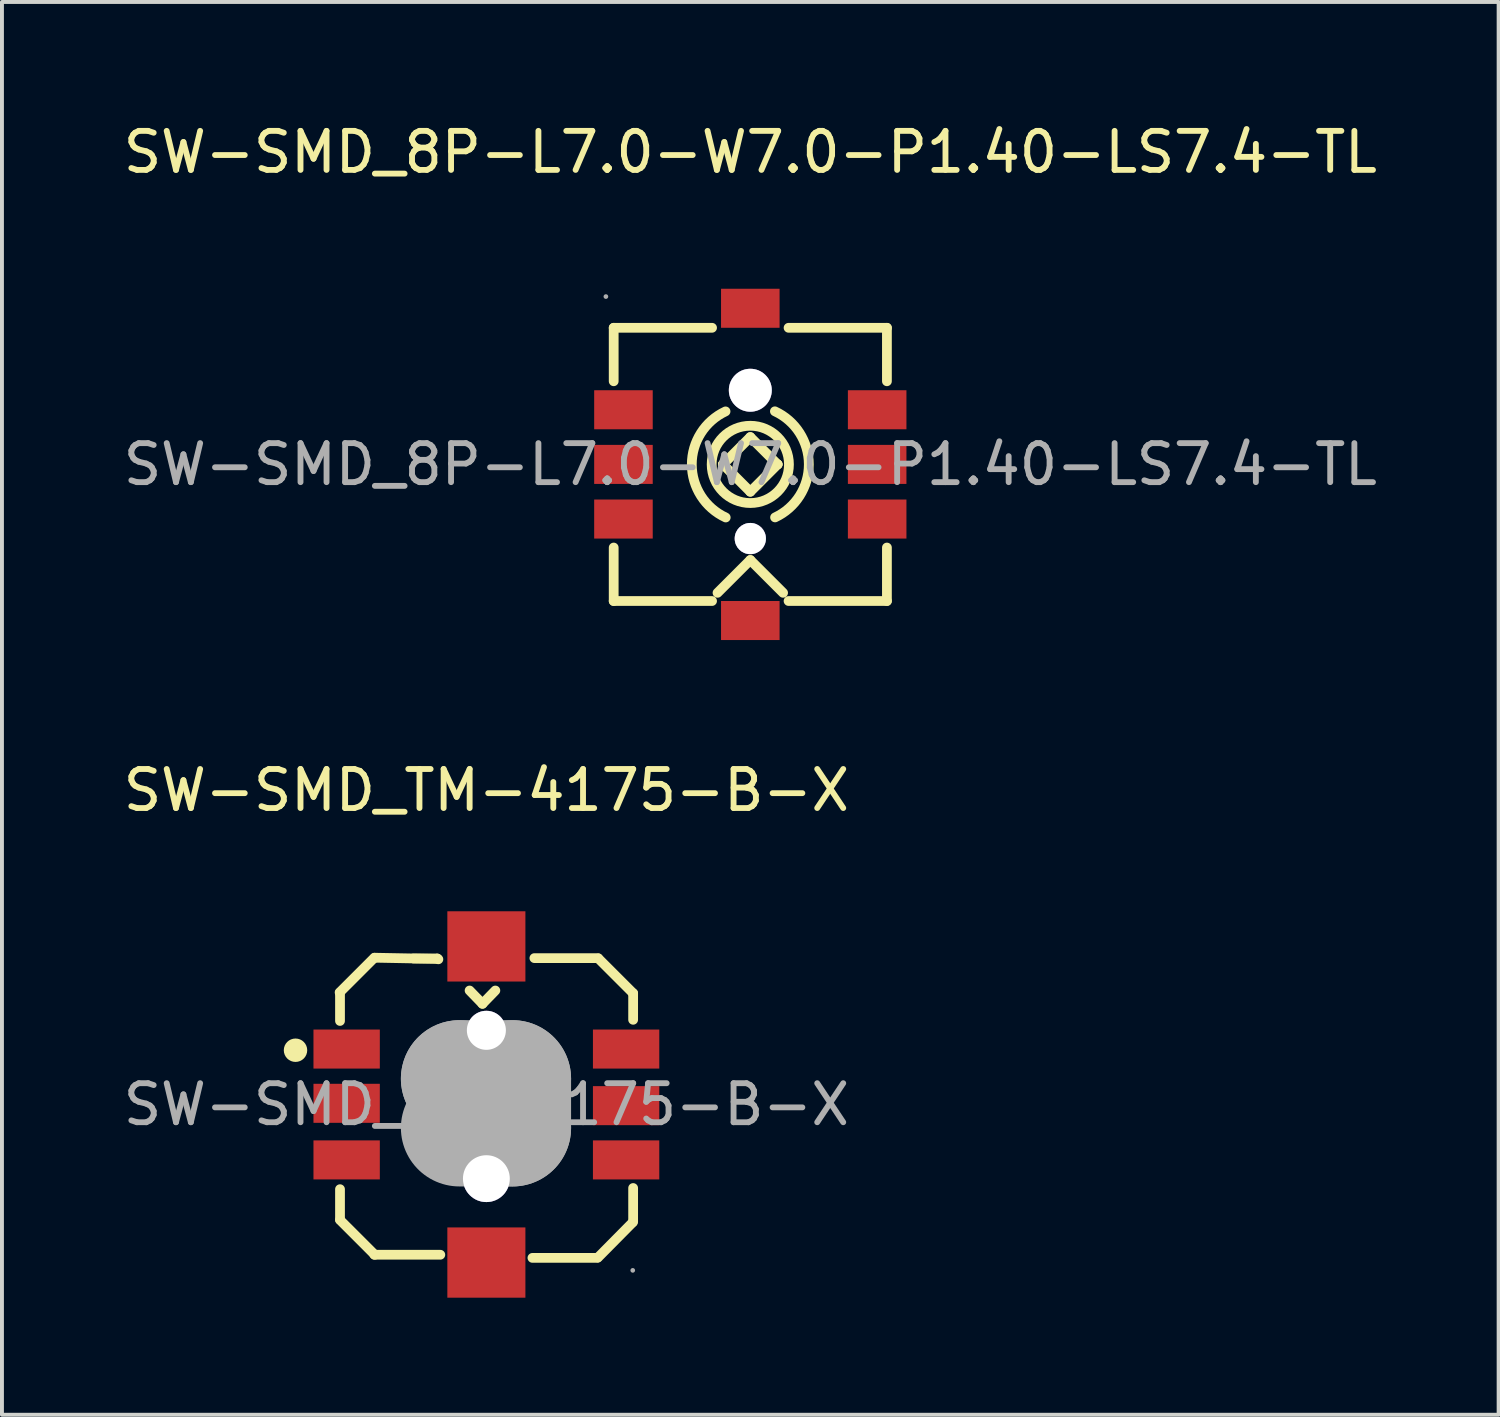
<source format=kicad_pcb>
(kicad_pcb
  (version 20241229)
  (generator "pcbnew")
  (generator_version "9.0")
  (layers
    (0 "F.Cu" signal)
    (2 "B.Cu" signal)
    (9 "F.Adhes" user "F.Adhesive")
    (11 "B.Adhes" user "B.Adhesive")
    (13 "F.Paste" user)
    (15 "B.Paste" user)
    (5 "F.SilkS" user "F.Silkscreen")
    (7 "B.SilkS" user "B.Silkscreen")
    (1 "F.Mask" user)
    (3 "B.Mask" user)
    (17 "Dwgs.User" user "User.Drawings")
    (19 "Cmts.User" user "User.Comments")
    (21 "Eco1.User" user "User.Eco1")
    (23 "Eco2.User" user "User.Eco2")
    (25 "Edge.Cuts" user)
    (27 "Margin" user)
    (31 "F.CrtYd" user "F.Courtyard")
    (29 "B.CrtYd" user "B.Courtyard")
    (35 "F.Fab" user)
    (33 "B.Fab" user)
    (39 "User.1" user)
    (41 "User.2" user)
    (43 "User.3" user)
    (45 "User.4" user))
  (footprint "SW-SMD_8P-L7.0-W7.0-P1.40-LS7.4-TL"
    (layer "F.Cu")
    (at 16.173 8.848)
    (property "Reference" "SW-SMD_8P-L7.0-W7.0-P1.40-LS7.4-TL" (at 0 -8 0) (layer "F.SilkS") (effects (font (size 1 1) (thickness 0.15))))
    (attr smd)
    (fp_line (start -3.5 -2.13) (end -3.5 -3.5) (stroke (width 0.25) (type solid)) (layer "F.SilkS"))
    (fp_line (start -3.5 3.5) (end -3.5 2.13) (stroke (width 0.25) (type solid)) (layer "F.SilkS"))
    (fp_line (start -3.5 3.5) (end -0.98 3.5) (stroke (width 0.25) (type solid)) (layer "F.SilkS"))
    (fp_line (start -0.98 -3.5) (end -3.5 -3.5) (stroke (width 0.25) (type solid)) (layer "F.SilkS"))
    (fp_line (start -0.84 3.29) (end 0 2.45) (stroke (width 0.25) (type solid)) (layer "F.SilkS"))
    (fp_line (start -0.7 0) (end -0.7 0) (stroke (width 0.25) (type solid)) (layer "F.SilkS"))
    (fp_line (start -0.7 0) (end 0 0.7) (stroke (width 0.25) (type solid)) (layer "F.SilkS"))
    (fp_line (start 0 -0.7) (end -0.7 0) (stroke (width 0.25) (type solid)) (layer "F.SilkS"))
    (fp_line (start 0 0.7) (end 0.7 0) (stroke (width 0.25) (type solid)) (layer "F.SilkS"))
    (fp_line (start 0 2.45) (end 0.84 3.29) (stroke (width 0.25) (type solid)) (layer "F.SilkS"))
    (fp_line (start 0.7 0) (end 0 -0.7) (stroke (width 0.25) (type solid)) (layer "F.SilkS"))
    (fp_line (start 0.7 0) (end 0.7 0) (stroke (width 0.25) (type solid)) (layer "F.SilkS"))
    (fp_line (start 0.98 3.5) (end 3.5 3.5) (stroke (width 0.25) (type solid)) (layer "F.SilkS"))
    (fp_line (start 3.5 -3.5) (end 0.98 -3.5) (stroke (width 0.25) (type solid)) (layer "F.SilkS"))
    (fp_line (start 3.5 -3.5) (end 3.5 -2.13) (stroke (width 0.25) (type solid)) (layer "F.SilkS"))
    (fp_line (start 3.5 2.13) (end 3.5 3.5) (stroke (width 0.25) (type solid)) (layer "F.SilkS"))
    (fp_arc (start -0.63 1.36) (mid -1.498831 0.002479) (end -0.634495 -1.357909) (stroke (width 0.25) (type solid)) (layer "F.SilkS"))
    (fp_arc (start 0.63 -1.36) (mid 1.498831 -0.002479) (end 0.634495 1.357909) (stroke (width 0.25) (type solid)) (layer "F.SilkS"))
    (fp_circle (center 0 0) (end 0.99 0) (stroke (width 0.25) (type solid)) (fill no) (layer "F.SilkS"))
    (fp_circle (center 0 -1.9) (end 0.23 -1.9) (stroke (width 0.45) (type solid)) (fill no) (layer "Cmts.User"))
    (fp_circle (center 0 1.9) (end 0.15 1.9) (stroke (width 0.3) (type solid)) (fill no) (layer "Cmts.User"))
    (fp_circle (center -3.7 -4.3) (end -3.67 -4.3) (stroke (width 0.06) (type solid)) (fill no) (layer "F.Fab"))
    (fp_text user "${REFERENCE}" (at 0 0 0) (layer "F.Fab") (effects (font (size 1 1) (thickness 0.15))))
    (pad "" thru_hole circle (at 0 -1.9) (size 1.1 1.1) (drill 1.1) (layers "*.Cu" "*.Mask"))
    (pad "" thru_hole circle (at 0 1.9) (size 0.8 0.8) (drill 0.8) (layers "*.Cu" "*.Mask"))
    (pad "1" smd rect (at -3.25 -1.4) (size 1.5 1) (layers "F.Cu" "F.Mask" "F.Paste"))
    (pad "2" smd rect (at -3.25 0) (size 1.5 1) (layers "F.Cu" "F.Mask" "F.Paste"))
    (pad "3" smd rect (at -3.25 1.4) (size 1.5 1) (layers "F.Cu" "F.Mask" "F.Paste"))
    (pad "4" smd rect (at 3.25 1.4) (size 1.5 1) (layers "F.Cu" "F.Mask" "F.Paste"))
    (pad "5" smd rect (at 3.25 0) (size 1.5 1) (layers "F.Cu" "F.Mask" "F.Paste"))
    (pad "6" smd rect (at 3.25 -1.4) (size 1.5 1) (layers "F.Cu" "F.Mask" "F.Paste"))
    (pad "7" smd rect (at 0 -4) (size 1.5 1) (layers "F.Cu" "F.Mask" "F.Paste"))
    (pad "8" smd rect (at 0 4) (size 1.5 1) (layers "F.Cu" "F.Mask" "F.Paste")))
  (footprint "SW-SMD_TM-4175-B-X"
    (layer "F.Cu")
    (at 9.411 25.247)
    (property "Reference" "SW-SMD_TM-4175-B-X" (at 0 -8.05 0) (layer "F.SilkS") (effects (font (size 1 1) (thickness 0.15))))
    (attr smd)
    (fp_line (start -3.76 -2.87) (end -2.87 -3.76) (stroke (width 0.25) (type solid)) (layer "F.SilkS"))
    (fp_line (start -3.75 -2.14) (end -3.75 -2.87) (stroke (width 0.25) (type solid)) (layer "F.SilkS"))
    (fp_line (start -3.75 2.95) (end -3.75 2.17) (stroke (width 0.25) (type solid)) (layer "F.SilkS"))
    (fp_line (start -2.86 -3.76) (end -1.25 -3.73) (stroke (width 0.25) (type solid)) (layer "F.SilkS"))
    (fp_line (start -2.86 3.85) (end -3.75 2.96) (stroke (width 0.25) (type solid)) (layer "F.SilkS"))
    (fp_line (start -1.87 -3.74) (end -1.26 -3.74) (stroke (width 0.25) (type solid)) (layer "F.SilkS"))
    (fp_line (start -1.26 -3.74) (end -1.23 -3.72) (stroke (width 0.25) (type solid)) (layer "F.SilkS"))
    (fp_line (start -1.18 3.85) (end -2.87 3.85) (stroke (width 0.25) (type solid)) (layer "F.SilkS"))
    (fp_line (start -0.43 -2.92) (end -0.1 -2.58) (stroke (width 0.25) (type solid)) (layer "F.SilkS"))
    (fp_line (start -0.1 -2.58) (end 0.23 -2.92) (stroke (width 0.25) (type solid)) (layer "F.SilkS"))
    (fp_line (start 1.23 -3.75) (end 2.86 -3.75) (stroke (width 0.25) (type solid)) (layer "F.SilkS"))
    (fp_line (start 2.84 3.93) (end 1.18 3.93) (stroke (width 0.25) (type solid)) (layer "F.SilkS"))
    (fp_line (start 2.86 3.92) (end 3.74 3.03) (stroke (width 0.25) (type solid)) (layer "F.SilkS"))
    (fp_line (start 3.76 -2.85) (end 2.87 -3.74) (stroke (width 0.25) (type solid)) (layer "F.SilkS"))
    (fp_line (start 3.76 -2.85) (end 3.76 -2.17) (stroke (width 0.25) (type solid)) (layer "F.SilkS"))
    (fp_line (start 3.76 2.14) (end 3.76 3.01) (stroke (width 0.25) (type solid)) (layer "F.SilkS"))
    (fp_circle (center -4.89 -1.39) (end -4.74 -1.39) (stroke (width 0.3) (type solid)) (fill no) (layer "F.SilkS"))
    (fp_circle (center 0 -1.9) (end 0.16 -1.9) (stroke (width 0.32) (type solid)) (fill no) (layer "Cmts.User"))
    (fp_circle (center 0 1.9) (end 0.24 1.9) (stroke (width 0.48) (type solid)) (fill no) (layer "Cmts.User"))
    (fp_line (start -0.69 -0.66) (end -0.69 -0.66) (stroke (width 3) (type solid)) (layer "F.Fab"))
    (fp_line (start -0.69 -0.66) (end 0.67 -0.66) (stroke (width 3) (type solid)) (layer "F.Fab"))
    (fp_line (start 0.67 -0.66) (end 0.67 0.6) (stroke (width 3) (type solid)) (layer "F.Fab"))
    (fp_line (start 0.67 0.6) (end -0.69 0.6) (stroke (width 3) (type solid)) (layer "F.Fab"))
    (fp_circle (center 3.75 4.25) (end 3.78 4.25) (stroke (width 0.06) (type solid)) (fill no) (layer "F.Fab"))
    (fp_text user "${REFERENCE}" (at 0 0 0) (layer "F.Fab") (effects (font (size 1 1) (thickness 0.15))))
    (pad "" thru_hole circle (at 0 -1.9) (size 1 1) (drill 1) (layers "*.Cu" "*.Mask"))
    (pad "" thru_hole circle (at 0 1.9) (size 1.2 1.2) (drill 1.2) (layers "*.Cu" "*.Mask"))
    (pad "1" smd rect (at -3.58 -1.42) (size 1.7 1) (layers "F.Cu" "F.Mask" "F.Paste"))
    (pad "2" smd rect (at -3.58 -0.03) (size 1.7 1) (layers "F.Cu" "F.Mask" "F.Paste"))
    (pad "3" smd rect (at -3.58 1.42) (size 1.7 1) (layers "F.Cu" "F.Mask" "F.Paste"))
    (pad "4" smd rect (at 3.58 -1.42) (size 1.7 1) (layers "F.Cu" "F.Mask" "F.Paste"))
    (pad "5" smd rect (at 3.58 0.03) (size 1.7 1) (layers "F.Cu" "F.Mask" "F.Paste"))
    (pad "6" smd rect (at 3.58 1.42) (size 1.7 1) (layers "F.Cu" "F.Mask" "F.Paste"))
    (pad "7" smd rect (at 0 -4.05) (size 2 1.8) (layers "F.Cu" "F.Mask" "F.Paste"))
    (pad "7" smd rect (at 0 4.05) (size 2 1.8) (layers "F.Cu" "F.Mask" "F.Paste")))
  (gr_rect
    (start -3 -3)
    (end 35.345 33.197)
    (stroke (width 0.1) (type default))
    (fill no)
    (layer "Edge.Cuts")))
</source>
